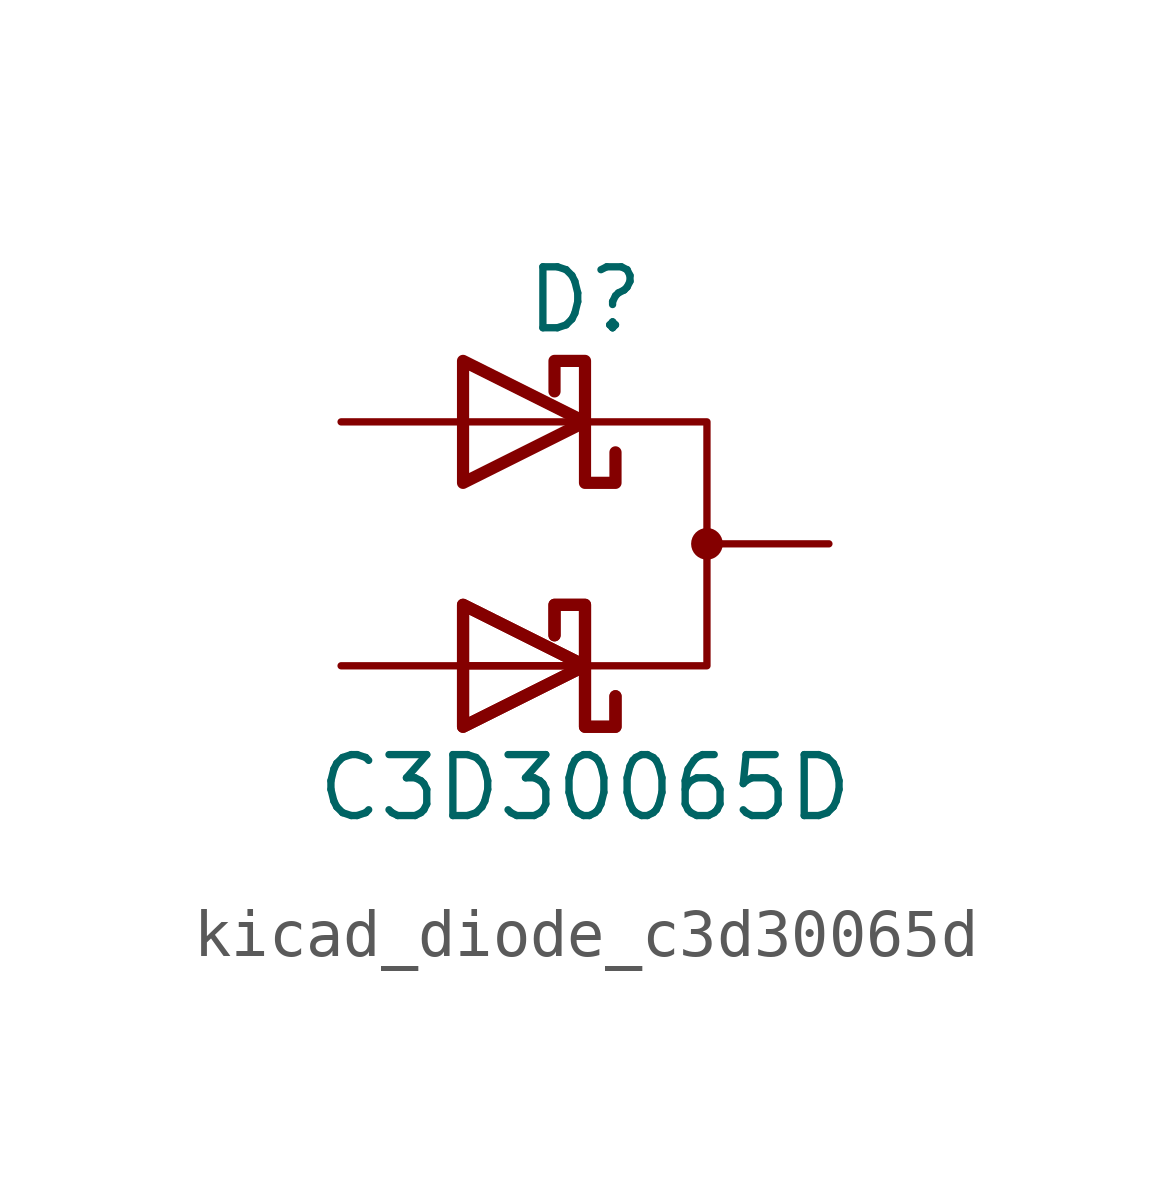
<source format=kicad_sym>
(kicad_symbol_lib
  (version 20220914)
  (generator kicad_symbol_editor)
  (symbol "kicad_diode_c3d30065d"
    (pin_numbers hide)
    (pin_names
      (offset 1.016) hide)
    (property "Reference" "D"
      (at 0 5.08 0)
      (effects (font (size 1.27 1.27))))
    (property "Value" "C3D30065D"
      (at 0 -5.08 0)
      (effects (font (size 1.27 1.27))))
    (symbol "kicad_diode_c3d30065d_0_1"
      (polyline (pts (xy -2.54 -2.54) (xy 0 -2.54)) (stroke (width 0) (type default)) (fill (type none)))
      (polyline (pts (xy -2.54 -2.54) (xy 0 -2.54)) (stroke (width 0) (type default)) (fill (type none)))
      (polyline (pts (xy -2.54 2.54) (xy 0 2.54)) (stroke (width 0) (type default)) (fill (type none)))
      (polyline (pts (xy -2.54 -3.81) (xy -2.54 -1.27) (xy 0 -2.54) (xy -2.54 -3.81)) (stroke (width 0.254) (type default)) (fill (type none)))
      (polyline (pts (xy -2.54 -3.81) (xy -2.54 -1.27) (xy 0 -2.54) (xy -2.54 -3.81)) (stroke (width 0.254) (type default)) (fill (type none)))
      (polyline (pts (xy -2.54 1.27) (xy -2.54 3.81) (xy 0 2.54) (xy -2.54 1.27)) (stroke (width 0.254) (type default)) (fill (type none)))
      (polyline (pts (xy 0 2.54) (xy 2.54 2.54) (xy 2.54 -2.54) (xy 0 -2.54)) (stroke (width 0) (type default)) (fill (type none)))
      (polyline (pts (xy 0.635 -3.175) (xy 0.635 -3.81) (xy 0 -3.81) (xy 0 -1.27) (xy -0.635 -1.27) (xy -0.635 -1.905)) (stroke (width 0.254) (type default)) (fill (type none)))
      (polyline (pts (xy 0.635 -3.175) (xy 0.635 -3.81) (xy 0 -3.81) (xy 0 -1.27) (xy -0.635 -1.27) (xy -0.635 -1.905)) (stroke (width 0.254) (type default)) (fill (type none)))
      (polyline (pts (xy 0.635 1.905) (xy 0.635 1.27) (xy 0 1.27) (xy 0 3.81) (xy -0.635 3.81) (xy -0.635 3.175)) (stroke (width 0.254) (type default)) (fill (type none)))
      (circle (center 2.54 0) (radius 0.254) (stroke (width 0) (type default)) (fill (type outline))))
    (symbol "kicad_diode_c3d30065d_1_1"
      (pin passive line (at -5.08 2.54 0) (length 2.54) (name "A1" (effects (font (size 1.27 1.27)))) (number "1" (effects (font (size 1.27 1.27)))))
      (pin passive line (at 5.08 0 180) (length 2.54) (name "K" (effects (font (size 1.27 1.27)))) (number "2" (effects (font (size 1.27 1.27)))))
      (pin passive line (at -5.08 -2.54 0) (length 2.54) (name "A2" (effects (font (size 1.27 1.27)))) (number "3" (effects (font (size 1.27 1.27))))))))
</source>
